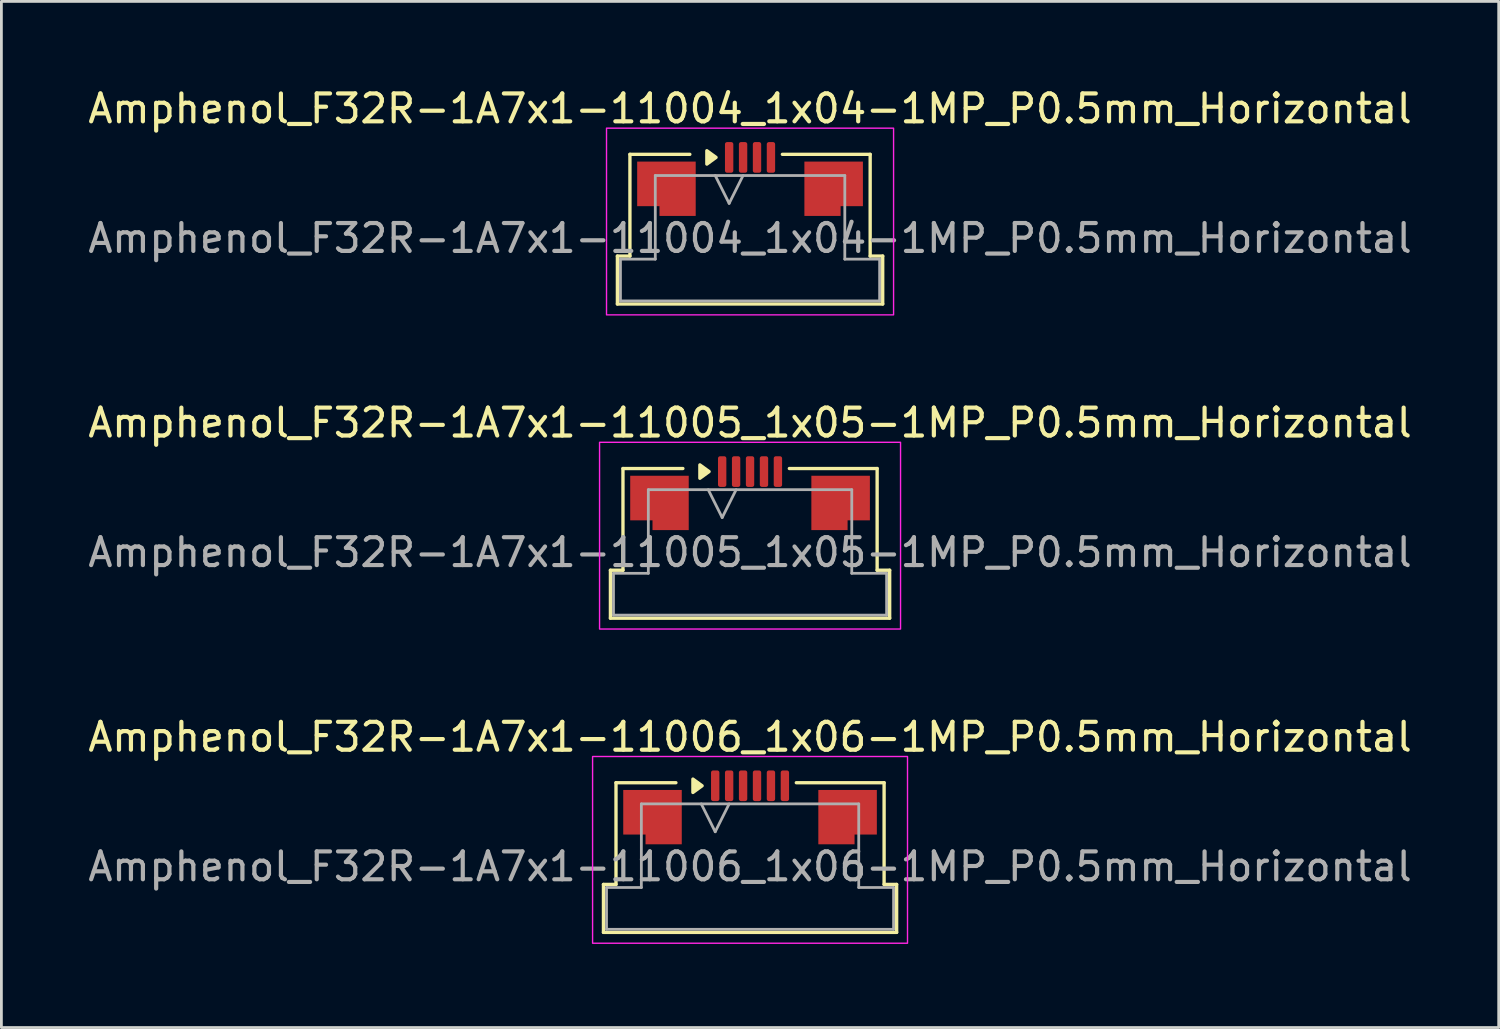
<source format=kicad_pcb>
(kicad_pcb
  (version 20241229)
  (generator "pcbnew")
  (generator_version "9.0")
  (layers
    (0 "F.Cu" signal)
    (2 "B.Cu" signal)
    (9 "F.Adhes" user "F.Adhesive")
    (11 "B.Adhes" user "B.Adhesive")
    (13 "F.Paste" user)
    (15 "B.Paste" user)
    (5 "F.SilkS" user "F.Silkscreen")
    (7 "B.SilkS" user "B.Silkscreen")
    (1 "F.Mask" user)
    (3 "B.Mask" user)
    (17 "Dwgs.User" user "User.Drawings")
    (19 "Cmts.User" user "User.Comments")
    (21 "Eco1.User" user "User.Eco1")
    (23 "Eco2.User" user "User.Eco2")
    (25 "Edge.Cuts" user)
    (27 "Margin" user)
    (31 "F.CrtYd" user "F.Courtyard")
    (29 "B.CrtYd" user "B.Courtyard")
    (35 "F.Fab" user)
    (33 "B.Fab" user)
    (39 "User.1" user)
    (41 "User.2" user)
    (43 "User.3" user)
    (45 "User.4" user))
  (footprint "Amphenol_F32R-1A7x1-11006_1x06-1MP_P0.5mm_Horizontal"
    (layer "F.Cu")
    (at 23.863 28.045)
    (property "Reference" "Amphenol_F32R-1A7x1-11006_1x06-1MP_P0.5mm_Horizontal" (at 0 -4.65 0) (layer "F.SilkS") (effects (font (size 1 1) (thickness 0.15))))
    (attr smd)
    (fp_line (start -5.26 0.64) (end -4.81 0.64) (stroke (width 0.12) (type solid)) (layer "F.SilkS"))
    (fp_line (start -5.26 2.36) (end -5.26 0.64) (stroke (width 0.12) (type solid)) (layer "F.SilkS"))
    (fp_line (start -4.81 -3.01) (end -2.66 -3.01) (stroke (width 0.12) (type solid)) (layer "F.SilkS"))
    (fp_line (start -4.81 0.64) (end -4.81 -3.01) (stroke (width 0.12) (type solid)) (layer "F.SilkS"))
    (fp_line (start 1.66 -3.01) (end 4.81 -3.01) (stroke (width 0.12) (type solid)) (layer "F.SilkS"))
    (fp_line (start 4.81 -3.01) (end 4.81 0.64) (stroke (width 0.12) (type solid)) (layer "F.SilkS"))
    (fp_line (start 4.81 0.64) (end 5.26 0.64) (stroke (width 0.12) (type solid)) (layer "F.SilkS"))
    (fp_line (start 5.26 0.64) (end 5.26 2.36) (stroke (width 0.12) (type solid)) (layer "F.SilkS"))
    (fp_line (start 5.26 2.36) (end -5.26 2.36) (stroke (width 0.12) (type solid)) (layer "F.SilkS"))
    (fp_poly (pts (xy -1.72 -2.9) (xy -2.05 -2.66) (xy -2.05 -3.14)) (stroke (width 0.12) (type solid)) (fill yes) (layer "F.SilkS"))
    (fp_rect (start -5.65 -3.95) (end 5.65 2.75) (stroke (width 0.05) (type solid)) (fill no) (layer "F.CrtYd"))
    (fp_line (start -5.15 0.75) (end -3.9 0.75) (stroke (width 0.1) (type solid)) (layer "F.Fab"))
    (fp_line (start -5.15 2.25) (end -5.15 0.75) (stroke (width 0.1) (type solid)) (layer "F.Fab"))
    (fp_line (start -3.9 -2.25) (end 3.9 -2.25) (stroke (width 0.1) (type solid)) (layer "F.Fab"))
    (fp_line (start -3.9 0.75) (end -3.9 -2.25) (stroke (width 0.1) (type solid)) (layer "F.Fab"))
    (fp_line (start -1.75 -2.25) (end -1.25 -1.25) (stroke (width 0.1) (type solid)) (layer "F.Fab"))
    (fp_line (start -1.25 -1.25) (end -0.75 -2.25) (stroke (width 0.1) (type solid)) (layer "F.Fab"))
    (fp_line (start 3.9 -2.25) (end 3.9 0.75) (stroke (width 0.1) (type solid)) (layer "F.Fab"))
    (fp_line (start 3.9 0.75) (end 5.15 0.75) (stroke (width 0.1) (type solid)) (layer "F.Fab"))
    (fp_line (start 5.15 0.75) (end 5.15 2.25) (stroke (width 0.1) (type solid)) (layer "F.Fab"))
    (fp_line (start 5.15 2.25) (end -5.15 2.25) (stroke (width 0.1) (type solid)) (layer "F.Fab"))
    (fp_text user "${REFERENCE}" (at 0 0 0) (layer "F.Fab") (effects (font (size 1 1) (thickness 0.15))))
    (pad "1" smd roundrect (at -1.25 -2.9) (size 0.3 1.1) (layers "F.Cu" "F.Mask" "F.Paste") (roundrect_rratio 0.25))
    (pad "2" smd roundrect (at -0.75 -2.9) (size 0.3 1.1) (layers "F.Cu" "F.Mask" "F.Paste") (roundrect_rratio 0.25))
    (pad "3" smd roundrect (at -0.25 -2.9) (size 0.3 1.1) (layers "F.Cu" "F.Mask" "F.Paste") (roundrect_rratio 0.25))
    (pad "4" smd roundrect (at 0.25 -2.9) (size 0.3 1.1) (layers "F.Cu" "F.Mask" "F.Paste") (roundrect_rratio 0.25))
    (pad "5" smd roundrect (at 0.75 -2.9) (size 0.3 1.1) (layers "F.Cu" "F.Mask" "F.Paste") (roundrect_rratio 0.25))
    (pad "6" smd roundrect (at 1.25 -2.9) (size 0.3 1.1) (layers "F.Cu" "F.Mask" "F.Paste") (roundrect_rratio 0.25))
    (pad "MP" smd custom (at -3.5 -1.775) (size 1 1) (layers "F.Cu" "F.Mask" "F.Paste") (options (anchor circle)) (primitives (gr_poly (pts (xy 1.05 -0.975) (xy 1.05 0.975) (xy -0.25 0.975) (xy -0.25 0.625) (xy -1.05 0.625) (xy -1.05 -0.975)) (width 0) (fill yes))))
    (pad "MP" smd custom (at 3.5 -1.775) (size 1 1) (layers "F.Cu" "F.Mask" "F.Paste") (options (anchor circle)) (primitives (gr_poly (pts (xy -1.05 -0.975) (xy -1.05 0.975) (xy 0.25 0.975) (xy 0.25 0.625) (xy 1.05 0.625) (xy 1.05 -0.975)) (width 0) (fill yes)))))
  (footprint "Amphenol_F32R-1A7x1-11005_1x05-1MP_P0.5mm_Horizontal"
    (layer "F.Cu")
    (at 23.863 16.771)
    (property "Reference" "Amphenol_F32R-1A7x1-11005_1x05-1MP_P0.5mm_Horizontal" (at 0 -4.65 0) (layer "F.SilkS") (effects (font (size 1 1) (thickness 0.15))))
    (attr smd)
    (fp_line (start -5.01 0.64) (end -4.56 0.64) (stroke (width 0.12) (type solid)) (layer "F.SilkS"))
    (fp_line (start -5.01 2.36) (end -5.01 0.64) (stroke (width 0.12) (type solid)) (layer "F.SilkS"))
    (fp_line (start -4.56 -3.01) (end -2.41 -3.01) (stroke (width 0.12) (type solid)) (layer "F.SilkS"))
    (fp_line (start -4.56 0.64) (end -4.56 -3.01) (stroke (width 0.12) (type solid)) (layer "F.SilkS"))
    (fp_line (start 1.41 -3.01) (end 4.56 -3.01) (stroke (width 0.12) (type solid)) (layer "F.SilkS"))
    (fp_line (start 4.56 -3.01) (end 4.56 0.64) (stroke (width 0.12) (type solid)) (layer "F.SilkS"))
    (fp_line (start 4.56 0.64) (end 5.01 0.64) (stroke (width 0.12) (type solid)) (layer "F.SilkS"))
    (fp_line (start 5.01 0.64) (end 5.01 2.36) (stroke (width 0.12) (type solid)) (layer "F.SilkS"))
    (fp_line (start 5.01 2.36) (end -5.01 2.36) (stroke (width 0.12) (type solid)) (layer "F.SilkS"))
    (fp_poly (pts (xy -1.47 -2.9) (xy -1.8 -2.66) (xy -1.8 -3.14)) (stroke (width 0.12) (type solid)) (fill yes) (layer "F.SilkS"))
    (fp_rect (start -5.4 -3.95) (end 5.4 2.75) (stroke (width 0.05) (type solid)) (fill no) (layer "F.CrtYd"))
    (fp_line (start -4.9 0.75) (end -3.65 0.75) (stroke (width 0.1) (type solid)) (layer "F.Fab"))
    (fp_line (start -4.9 2.25) (end -4.9 0.75) (stroke (width 0.1) (type solid)) (layer "F.Fab"))
    (fp_line (start -3.65 -2.25) (end 3.65 -2.25) (stroke (width 0.1) (type solid)) (layer "F.Fab"))
    (fp_line (start -3.65 0.75) (end -3.65 -2.25) (stroke (width 0.1) (type solid)) (layer "F.Fab"))
    (fp_line (start -1.5 -2.25) (end -1 -1.25) (stroke (width 0.1) (type solid)) (layer "F.Fab"))
    (fp_line (start -1 -1.25) (end -0.5 -2.25) (stroke (width 0.1) (type solid)) (layer "F.Fab"))
    (fp_line (start 3.65 -2.25) (end 3.65 0.75) (stroke (width 0.1) (type solid)) (layer "F.Fab"))
    (fp_line (start 3.65 0.75) (end 4.9 0.75) (stroke (width 0.1) (type solid)) (layer "F.Fab"))
    (fp_line (start 4.9 0.75) (end 4.9 2.25) (stroke (width 0.1) (type solid)) (layer "F.Fab"))
    (fp_line (start 4.9 2.25) (end -4.9 2.25) (stroke (width 0.1) (type solid)) (layer "F.Fab"))
    (fp_text user "${REFERENCE}" (at 0 0 0) (layer "F.Fab") (effects (font (size 1 1) (thickness 0.15))))
    (pad "1" smd roundrect (at -1 -2.9) (size 0.3 1.1) (layers "F.Cu" "F.Mask" "F.Paste") (roundrect_rratio 0.25))
    (pad "2" smd roundrect (at -0.5 -2.9) (size 0.3 1.1) (layers "F.Cu" "F.Mask" "F.Paste") (roundrect_rratio 0.25))
    (pad "3" smd roundrect (at 0 -2.9) (size 0.3 1.1) (layers "F.Cu" "F.Mask" "F.Paste") (roundrect_rratio 0.25))
    (pad "4" smd roundrect (at 0.5 -2.9) (size 0.3 1.1) (layers "F.Cu" "F.Mask" "F.Paste") (roundrect_rratio 0.25))
    (pad "5" smd roundrect (at 1 -2.9) (size 0.3 1.1) (layers "F.Cu" "F.Mask" "F.Paste") (roundrect_rratio 0.25))
    (pad "MP" smd custom (at -3.25 -1.775) (size 1 1) (layers "F.Cu" "F.Mask" "F.Paste") (options (anchor circle)) (primitives (gr_poly (pts (xy 1.05 -0.975) (xy 1.05 0.975) (xy -0.25 0.975) (xy -0.25 0.625) (xy -1.05 0.625) (xy -1.05 -0.975)) (width 0) (fill yes))))
    (pad "MP" smd custom (at 3.25 -1.775) (size 1 1) (layers "F.Cu" "F.Mask" "F.Paste") (options (anchor circle)) (primitives (gr_poly (pts (xy -1.05 -0.975) (xy -1.05 0.975) (xy 0.25 0.975) (xy 0.25 0.625) (xy 1.05 0.625) (xy 1.05 -0.975)) (width 0) (fill yes)))))
  (footprint "Amphenol_F32R-1A7x1-11004_1x04-1MP_P0.5mm_Horizontal"
    (layer "F.Cu")
    (at 23.863 5.498)
    (property "Reference" "Amphenol_F32R-1A7x1-11004_1x04-1MP_P0.5mm_Horizontal" (at 0 -4.65 0) (layer "F.SilkS") (effects (font (size 1 1) (thickness 0.15))))
    (attr smd)
    (fp_line (start -4.76 0.64) (end -4.31 0.64) (stroke (width 0.12) (type solid)) (layer "F.SilkS"))
    (fp_line (start -4.76 2.36) (end -4.76 0.64) (stroke (width 0.12) (type solid)) (layer "F.SilkS"))
    (fp_line (start -4.31 -3.01) (end -2.16 -3.01) (stroke (width 0.12) (type solid)) (layer "F.SilkS"))
    (fp_line (start -4.31 0.64) (end -4.31 -3.01) (stroke (width 0.12) (type solid)) (layer "F.SilkS"))
    (fp_line (start 1.16 -3.01) (end 4.31 -3.01) (stroke (width 0.12) (type solid)) (layer "F.SilkS"))
    (fp_line (start 4.31 -3.01) (end 4.31 0.64) (stroke (width 0.12) (type solid)) (layer "F.SilkS"))
    (fp_line (start 4.31 0.64) (end 4.76 0.64) (stroke (width 0.12) (type solid)) (layer "F.SilkS"))
    (fp_line (start 4.76 0.64) (end 4.76 2.36) (stroke (width 0.12) (type solid)) (layer "F.SilkS"))
    (fp_line (start 4.76 2.36) (end -4.76 2.36) (stroke (width 0.12) (type solid)) (layer "F.SilkS"))
    (fp_poly (pts (xy -1.22 -2.9) (xy -1.55 -2.66) (xy -1.55 -3.14)) (stroke (width 0.12) (type solid)) (fill yes) (layer "F.SilkS"))
    (fp_rect (start -5.15 -3.95) (end 5.15 2.75) (stroke (width 0.05) (type solid)) (fill no) (layer "F.CrtYd"))
    (fp_line (start -4.65 0.75) (end -3.4 0.75) (stroke (width 0.1) (type solid)) (layer "F.Fab"))
    (fp_line (start -4.65 2.25) (end -4.65 0.75) (stroke (width 0.1) (type solid)) (layer "F.Fab"))
    (fp_line (start -3.4 -2.25) (end 3.4 -2.25) (stroke (width 0.1) (type solid)) (layer "F.Fab"))
    (fp_line (start -3.4 0.75) (end -3.4 -2.25) (stroke (width 0.1) (type solid)) (layer "F.Fab"))
    (fp_line (start -1.25 -2.25) (end -0.75 -1.25) (stroke (width 0.1) (type solid)) (layer "F.Fab"))
    (fp_line (start -0.75 -1.25) (end -0.25 -2.25) (stroke (width 0.1) (type solid)) (layer "F.Fab"))
    (fp_line (start 3.4 -2.25) (end 3.4 0.75) (stroke (width 0.1) (type solid)) (layer "F.Fab"))
    (fp_line (start 3.4 0.75) (end 4.65 0.75) (stroke (width 0.1) (type solid)) (layer "F.Fab"))
    (fp_line (start 4.65 0.75) (end 4.65 2.25) (stroke (width 0.1) (type solid)) (layer "F.Fab"))
    (fp_line (start 4.65 2.25) (end -4.65 2.25) (stroke (width 0.1) (type solid)) (layer "F.Fab"))
    (fp_text user "${REFERENCE}" (at 0 0 0) (layer "F.Fab") (effects (font (size 1 1) (thickness 0.15))))
    (pad "1" smd roundrect (at -0.75 -2.9) (size 0.3 1.1) (layers "F.Cu" "F.Mask" "F.Paste") (roundrect_rratio 0.25))
    (pad "2" smd roundrect (at -0.25 -2.9) (size 0.3 1.1) (layers "F.Cu" "F.Mask" "F.Paste") (roundrect_rratio 0.25))
    (pad "3" smd roundrect (at 0.25 -2.9) (size 0.3 1.1) (layers "F.Cu" "F.Mask" "F.Paste") (roundrect_rratio 0.25))
    (pad "4" smd roundrect (at 0.75 -2.9) (size 0.3 1.1) (layers "F.Cu" "F.Mask" "F.Paste") (roundrect_rratio 0.25))
    (pad "MP" smd custom (at -3 -1.775) (size 1 1) (layers "F.Cu" "F.Mask" "F.Paste") (options (anchor circle)) (primitives (gr_poly (pts (xy 1.05 -0.975) (xy 1.05 0.975) (xy -0.25 0.975) (xy -0.25 0.625) (xy -1.05 0.625) (xy -1.05 -0.975)) (width 0) (fill yes))))
    (pad "MP" smd custom (at 3 -1.775) (size 1 1) (layers "F.Cu" "F.Mask" "F.Paste") (options (anchor circle)) (primitives (gr_poly (pts (xy -1.05 -0.975) (xy -1.05 0.975) (xy 0.25 0.975) (xy 0.25 0.625) (xy 1.05 0.625) (xy 1.05 -0.975)) (width 0) (fill yes)))))
  (gr_rect
    (start -3 -3)
    (end 50.726 33.82)
    (stroke (width 0.1) (type default))
    (fill no)
    (layer "Edge.Cuts")))
</source>
